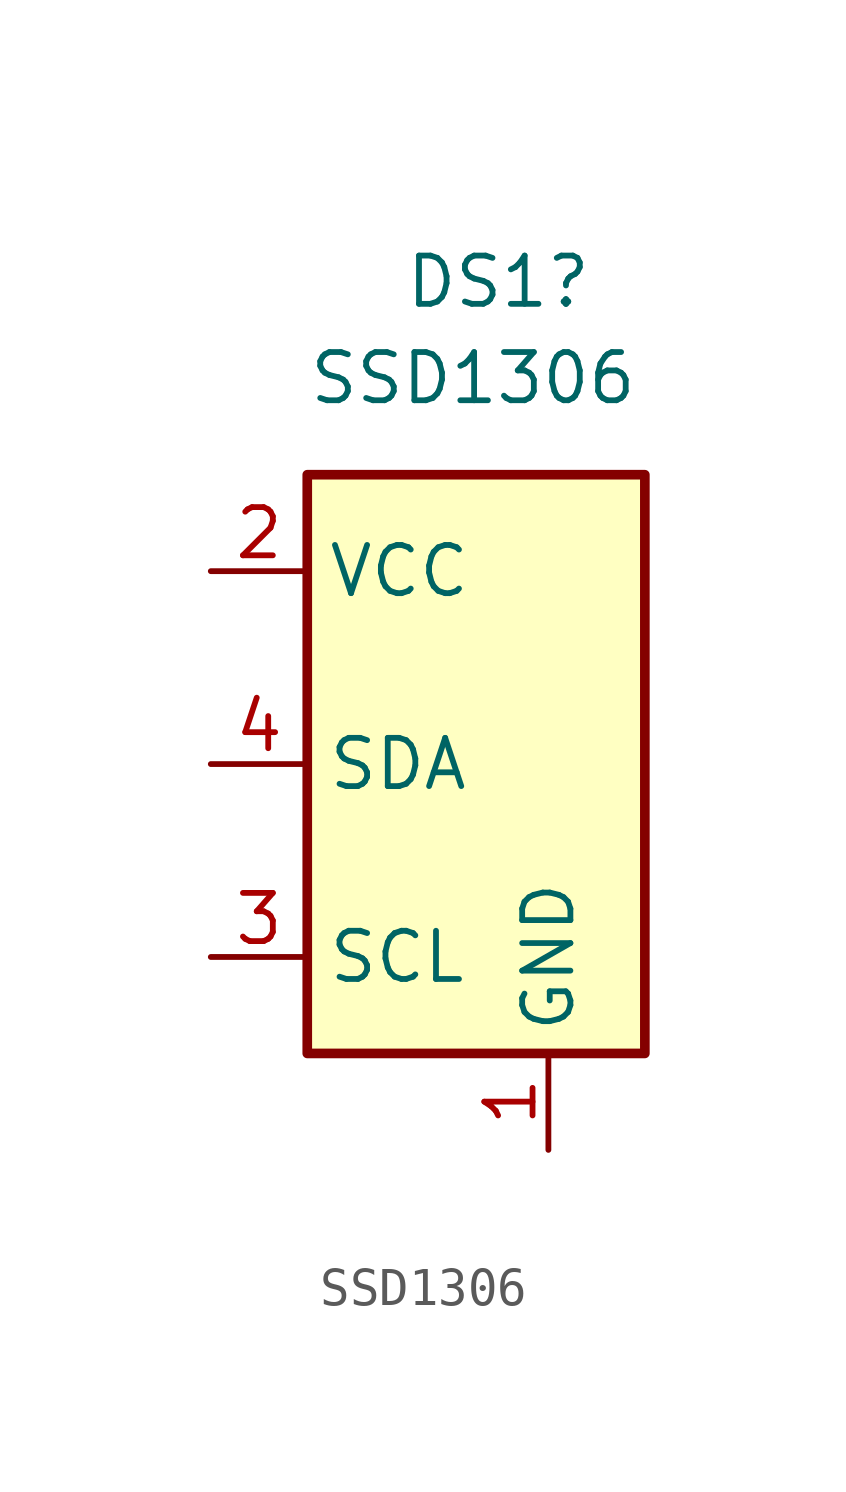
<source format=kicad_sym>
(kicad_symbol_lib
  (version 20220914)
  (generator kicad_symbol_editor)
  (symbol "SSD1306"
    (property "Reference" "DS1"
      (at -6.35 19.05 0)
      (effects (font (size 1.27 1.27)) (justify left)))
    (property "Value" "SSD1306"
      (at -8.89 16.51 0)
      (effects (font (size 1.27 1.27)) (justify left)))
    (symbol "SSD1306_1_1"
      (rectangle (start -8.89 13.97) (end 0 -1.27) (stroke (width 0.254) (type default)) (fill (type background)))
      (pin power_in line (at -2.54 -3.81 90) (length 2.54) (name "GND" (effects (font (size 1.27 1.27)))) (number "1" (effects (font (size 1.27 1.27)))))
      (pin power_in line (at -11.43 11.43 0) (length 2.54) (name "VCC" (effects (font (size 1.27 1.27)))) (number "2" (effects (font (size 1.27 1.27)))))
      (pin bidirectional line (at -11.43 1.27 0) (length 2.54) (name "SCL" (effects (font (size 1.27 1.27)))) (number "3" (effects (font (size 1.27 1.27)))))
      (pin bidirectional line (at -11.43 6.35 0) (length 2.54) (name "SDA" (effects (font (size 1.27 1.27)))) (number "4" (effects (font (size 1.27 1.27))))))))
</source>
